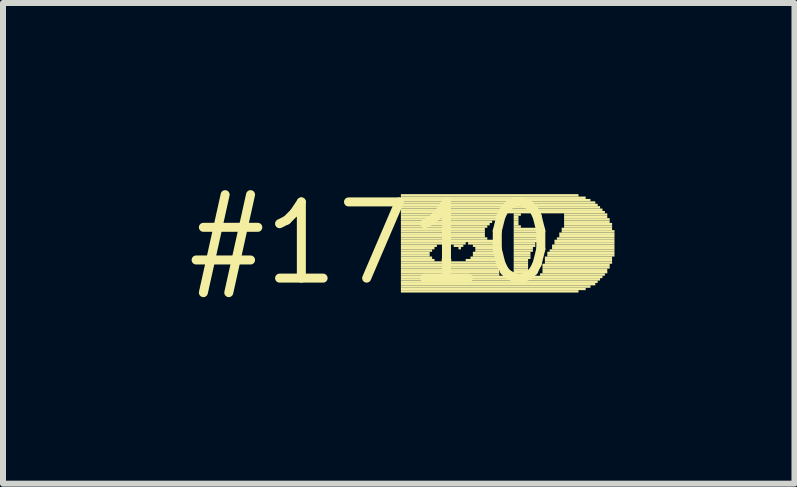
<source format=kicad_pcb>
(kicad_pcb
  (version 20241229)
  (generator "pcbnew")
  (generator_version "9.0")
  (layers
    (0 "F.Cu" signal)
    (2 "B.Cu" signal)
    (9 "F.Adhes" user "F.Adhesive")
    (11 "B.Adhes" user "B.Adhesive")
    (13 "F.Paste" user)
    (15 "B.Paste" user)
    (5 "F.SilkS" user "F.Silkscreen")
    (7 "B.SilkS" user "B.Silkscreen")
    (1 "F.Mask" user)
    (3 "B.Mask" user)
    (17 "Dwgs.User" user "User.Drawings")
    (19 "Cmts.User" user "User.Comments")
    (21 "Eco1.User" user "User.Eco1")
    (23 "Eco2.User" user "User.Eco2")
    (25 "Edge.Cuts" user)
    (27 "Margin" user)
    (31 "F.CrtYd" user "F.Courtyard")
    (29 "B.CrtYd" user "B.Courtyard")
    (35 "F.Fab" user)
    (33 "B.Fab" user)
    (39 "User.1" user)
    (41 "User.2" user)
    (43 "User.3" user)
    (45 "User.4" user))
  (footprint "#1710"
    (layer "F.Cu")
    (at 3.152 1.006)
    (property "Reference" "#1710" (at 0 0 0) (layer "F.SilkS") (effects (font (size 1.27 1.27) (thickness 0.15))))
    (attr through_hole)
    (fp_poly (pts (xy 0.48 -0.78) (xy 3.44 -0.78) (xy 3.44 -0.82) (xy 0.48 -0.82)) (stroke (width 0) (type solid)) (fill yes) (layer "F.SilkS"))
    (fp_poly (pts (xy 0.48 -0.74) (xy 3.56 -0.74) (xy 3.56 -0.78) (xy 0.48 -0.78)) (stroke (width 0) (type solid)) (fill yes) (layer "F.SilkS"))
    (fp_poly (pts (xy 0.48 -0.7) (xy 3.64 -0.7) (xy 3.64 -0.74) (xy 0.48 -0.74)) (stroke (width 0) (type solid)) (fill yes) (layer "F.SilkS"))
    (fp_poly (pts (xy 0.48 -0.66) (xy 3.72 -0.66) (xy 3.72 -0.7) (xy 0.48 -0.7)) (stroke (width 0) (type solid)) (fill yes) (layer "F.SilkS"))
    (fp_poly (pts (xy 0.48 -0.62) (xy 3.76 -0.62) (xy 3.76 -0.66) (xy 0.48 -0.66)) (stroke (width 0) (type solid)) (fill yes) (layer "F.SilkS"))
    (fp_poly (pts (xy 0.48 -0.58) (xy 3.8 -0.58) (xy 3.8 -0.62) (xy 0.48 -0.62)) (stroke (width 0) (type solid)) (fill yes) (layer "F.SilkS"))
    (fp_poly (pts (xy 0.48 -0.54) (xy 3.84 -0.54) (xy 3.84 -0.58) (xy 0.48 -0.58)) (stroke (width 0) (type solid)) (fill yes) (layer "F.SilkS"))
    (fp_poly (pts (xy 0.48 -0.5) (xy 3.88 -0.5) (xy 3.88 -0.54) (xy 0.48 -0.54)) (stroke (width 0) (type solid)) (fill yes) (layer "F.SilkS"))
    (fp_poly (pts (xy 0.48 -0.46) (xy 2.16 -0.46) (xy 2.16 -0.5) (xy 0.48 -0.5)) (stroke (width 0) (type solid)) (fill yes) (layer "F.SilkS"))
    (fp_poly (pts (xy 0.48 -0.42) (xy 2.12 -0.42) (xy 2.12 -0.46) (xy 0.48 -0.46)) (stroke (width 0) (type solid)) (fill yes) (layer "F.SilkS"))
    (fp_poly (pts (xy 0.48 -0.38) (xy 2.08 -0.38) (xy 2.08 -0.42) (xy 0.48 -0.42)) (stroke (width 0) (type solid)) (fill yes) (layer "F.SilkS"))
    (fp_poly (pts (xy 0.48 -0.34) (xy 2 -0.34) (xy 2 -0.38) (xy 0.48 -0.38)) (stroke (width 0) (type solid)) (fill yes) (layer "F.SilkS"))
    (fp_poly (pts (xy 0.48 -0.3) (xy 1.96 -0.3) (xy 1.96 -0.34) (xy 0.48 -0.34)) (stroke (width 0) (type solid)) (fill yes) (layer "F.SilkS"))
    (fp_poly (pts (xy 0.48 -0.26) (xy 1.92 -0.26) (xy 1.92 -0.3) (xy 0.48 -0.3)) (stroke (width 0) (type solid)) (fill yes) (layer "F.SilkS"))
    (fp_poly (pts (xy 0.48 -0.22) (xy 1.88 -0.22) (xy 1.88 -0.26) (xy 0.48 -0.26)) (stroke (width 0) (type solid)) (fill yes) (layer "F.SilkS"))
    (fp_poly (pts (xy 0.48 -0.18) (xy 1.88 -0.18) (xy 1.88 -0.22) (xy 0.48 -0.22)) (stroke (width 0) (type solid)) (fill yes) (layer "F.SilkS"))
    (fp_poly (pts (xy 0.48 -0.14) (xy 1.88 -0.14) (xy 1.88 -0.18) (xy 0.48 -0.18)) (stroke (width 0) (type solid)) (fill yes) (layer "F.SilkS"))
    (fp_poly (pts (xy 0.48 -0.1) (xy 1.88 -0.1) (xy 1.88 -0.14) (xy 0.48 -0.14)) (stroke (width 0) (type solid)) (fill yes) (layer "F.SilkS"))
    (fp_poly (pts (xy 0.48 -0.06) (xy 1.92 -0.06) (xy 1.92 -0.1) (xy 0.48 -0.1)) (stroke (width 0) (type solid)) (fill yes) (layer "F.SilkS"))
    (fp_poly (pts (xy 0.48 -0.02) (xy 2.12 -0.02) (xy 2.12 -0.06) (xy 0.48 -0.06)) (stroke (width 0) (type solid)) (fill yes) (layer "F.SilkS"))
    (fp_poly (pts (xy 0.48 0.02) (xy 1.2 0.02) (xy 1.2 -0.02) (xy 0.48 -0.02)) (stroke (width 0) (type solid)) (fill yes) (layer "F.SilkS"))
    (fp_poly (pts (xy 0.48 0.06) (xy 1.08 0.06) (xy 1.08 0.02) (xy 0.48 0.02)) (stroke (width 0) (type solid)) (fill yes) (layer "F.SilkS"))
    (fp_poly (pts (xy 0.48 0.1) (xy 1.04 0.1) (xy 1.04 0.06) (xy 0.48 0.06)) (stroke (width 0) (type solid)) (fill yes) (layer "F.SilkS"))
    (fp_poly (pts (xy 0.48 0.14) (xy 1 0.14) (xy 1 0.1) (xy 0.48 0.1)) (stroke (width 0) (type solid)) (fill yes) (layer "F.SilkS"))
    (fp_poly (pts (xy 0.48 0.18) (xy 0.96 0.18) (xy 0.96 0.14) (xy 0.48 0.14)) (stroke (width 0) (type solid)) (fill yes) (layer "F.SilkS"))
    (fp_poly (pts (xy 0.48 0.22) (xy 0.96 0.22) (xy 0.96 0.18) (xy 0.48 0.18)) (stroke (width 0) (type solid)) (fill yes) (layer "F.SilkS"))
    (fp_poly (pts (xy 0.48 0.26) (xy 1 0.26) (xy 1 0.22) (xy 0.48 0.22)) (stroke (width 0) (type solid)) (fill yes) (layer "F.SilkS"))
    (fp_poly (pts (xy 0.48 0.3) (xy 1.04 0.3) (xy 1.04 0.26) (xy 0.48 0.26)) (stroke (width 0) (type solid)) (fill yes) (layer "F.SilkS"))
    (fp_poly (pts (xy 0.48 0.34) (xy 2.12 0.34) (xy 2.12 0.3) (xy 0.48 0.3)) (stroke (width 0) (type solid)) (fill yes) (layer "F.SilkS"))
    (fp_poly (pts (xy 0.48 0.38) (xy 2.12 0.38) (xy 2.12 0.34) (xy 0.48 0.34)) (stroke (width 0) (type solid)) (fill yes) (layer "F.SilkS"))
    (fp_poly (pts (xy 0.48 0.42) (xy 2.12 0.42) (xy 2.12 0.38) (xy 0.48 0.38)) (stroke (width 0) (type solid)) (fill yes) (layer "F.SilkS"))
    (fp_poly (pts (xy 0.48 0.46) (xy 2.12 0.46) (xy 2.12 0.42) (xy 0.48 0.42)) (stroke (width 0) (type solid)) (fill yes) (layer "F.SilkS"))
    (fp_poly (pts (xy 0.48 0.5) (xy 2.12 0.5) (xy 2.12 0.46) (xy 0.48 0.46)) (stroke (width 0) (type solid)) (fill yes) (layer "F.SilkS"))
    (fp_poly (pts (xy 0.48 0.54) (xy 2.12 0.54) (xy 2.12 0.5) (xy 0.48 0.5)) (stroke (width 0) (type solid)) (fill yes) (layer "F.SilkS"))
    (fp_poly (pts (xy 0.48 0.58) (xy 3.84 0.58) (xy 3.84 0.54) (xy 0.48 0.54)) (stroke (width 0) (type solid)) (fill yes) (layer "F.SilkS"))
    (fp_poly (pts (xy 0.48 0.62) (xy 3.8 0.62) (xy 3.8 0.58) (xy 0.48 0.58)) (stroke (width 0) (type solid)) (fill yes) (layer "F.SilkS"))
    (fp_poly (pts (xy 0.48 0.66) (xy 3.76 0.66) (xy 3.76 0.62) (xy 0.48 0.62)) (stroke (width 0) (type solid)) (fill yes) (layer "F.SilkS"))
    (fp_poly (pts (xy 0.48 0.7) (xy 3.72 0.7) (xy 3.72 0.66) (xy 0.48 0.66)) (stroke (width 0) (type solid)) (fill yes) (layer "F.SilkS"))
    (fp_poly (pts (xy 0.48 0.74) (xy 3.64 0.74) (xy 3.64 0.7) (xy 0.48 0.7)) (stroke (width 0) (type solid)) (fill yes) (layer "F.SilkS"))
    (fp_poly (pts (xy 0.48 0.78) (xy 3.56 0.78) (xy 3.56 0.74) (xy 0.48 0.74)) (stroke (width 0) (type solid)) (fill yes) (layer "F.SilkS"))
    (fp_poly (pts (xy 0.48 0.82) (xy 3.44 0.82) (xy 3.44 0.78) (xy 0.48 0.78)) (stroke (width 0) (type solid)) (fill yes) (layer "F.SilkS"))
    (fp_poly (pts (xy 1.16 0.3) (xy 1.32 0.3) (xy 1.32 0.26) (xy 1.16 0.26)) (stroke (width 0) (type solid)) (fill yes) (layer "F.SilkS"))
    (fp_poly (pts (xy 1.2 0.26) (xy 1.28 0.26) (xy 1.28 0.22) (xy 1.2 0.22)) (stroke (width 0) (type solid)) (fill yes) (layer "F.SilkS"))
    (fp_poly (pts (xy 1.28 0.02) (xy 1.56 0.02) (xy 1.56 -0.02) (xy 1.28 -0.02)) (stroke (width 0) (type solid)) (fill yes) (layer "F.SilkS"))
    (fp_poly (pts (xy 1.36 0.06) (xy 1.52 0.06) (xy 1.52 0.02) (xy 1.36 0.02)) (stroke (width 0) (type solid)) (fill yes) (layer "F.SilkS"))
    (fp_poly (pts (xy 1.44 0.1) (xy 1.48 0.1) (xy 1.48 0.06) (xy 1.44 0.06)) (stroke (width 0) (type solid)) (fill yes) (layer "F.SilkS"))
    (fp_poly (pts (xy 1.56 0.3) (xy 2.12 0.3) (xy 2.12 0.26) (xy 1.56 0.26)) (stroke (width 0) (type solid)) (fill yes) (layer "F.SilkS"))
    (fp_poly (pts (xy 1.6 0.02) (xy 2.12 0.02) (xy 2.12 -0.02) (xy 1.6 -0.02)) (stroke (width 0) (type solid)) (fill yes) (layer "F.SilkS"))
    (fp_poly (pts (xy 1.64 0.26) (xy 2.12 0.26) (xy 2.12 0.22) (xy 1.64 0.22)) (stroke (width 0) (type solid)) (fill yes) (layer "F.SilkS"))
    (fp_poly (pts (xy 1.68 0.06) (xy 2.12 0.06) (xy 2.12 0.02) (xy 1.68 0.02)) (stroke (width 0) (type solid)) (fill yes) (layer "F.SilkS"))
    (fp_poly (pts (xy 1.68 0.18) (xy 2.12 0.18) (xy 2.12 0.14) (xy 1.68 0.14)) (stroke (width 0) (type solid)) (fill yes) (layer "F.SilkS"))
    (fp_poly (pts (xy 1.68 0.22) (xy 2.12 0.22) (xy 2.12 0.18) (xy 1.68 0.18)) (stroke (width 0) (type solid)) (fill yes) (layer "F.SilkS"))
    (fp_poly (pts (xy 1.72 0.1) (xy 2.12 0.1) (xy 2.12 0.06) (xy 1.72 0.06)) (stroke (width 0) (type solid)) (fill yes) (layer "F.SilkS"))
    (fp_poly (pts (xy 1.72 0.14) (xy 2.12 0.14) (xy 2.12 0.1) (xy 1.72 0.1)) (stroke (width 0) (type solid)) (fill yes) (layer "F.SilkS"))
    (fp_poly (pts (xy 2.08 -0.06) (xy 2.12 -0.06) (xy 2.12 -0.1) (xy 2.08 -0.1)) (stroke (width 0) (type solid)) (fill yes) (layer "F.SilkS"))
    (fp_poly (pts (xy 2.32 0.54) (xy 2.64 0.54) (xy 2.64 0.5) (xy 2.32 0.5)) (stroke (width 0) (type solid)) (fill yes) (layer "F.SilkS"))
    (fp_poly (pts (xy 2.36 -0.46) (xy 2.48 -0.46) (xy 2.48 -0.5) (xy 2.36 -0.5)) (stroke (width 0) (type solid)) (fill yes) (layer "F.SilkS"))
    (fp_poly (pts (xy 2.36 -0.42) (xy 2.44 -0.42) (xy 2.44 -0.46) (xy 2.36 -0.46)) (stroke (width 0) (type solid)) (fill yes) (layer "F.SilkS"))
    (fp_poly (pts (xy 2.36 -0.38) (xy 2.44 -0.38) (xy 2.44 -0.42) (xy 2.36 -0.42)) (stroke (width 0) (type solid)) (fill yes) (layer "F.SilkS"))
    (fp_poly (pts (xy 2.36 -0.34) (xy 2.44 -0.34) (xy 2.44 -0.38) (xy 2.36 -0.38)) (stroke (width 0) (type solid)) (fill yes) (layer "F.SilkS"))
    (fp_poly (pts (xy 2.36 -0.3) (xy 2.44 -0.3) (xy 2.44 -0.34) (xy 2.36 -0.34)) (stroke (width 0) (type solid)) (fill yes) (layer "F.SilkS"))
    (fp_poly (pts (xy 2.36 -0.26) (xy 2.48 -0.26) (xy 2.48 -0.3) (xy 2.36 -0.3)) (stroke (width 0) (type solid)) (fill yes) (layer "F.SilkS"))
    (fp_poly (pts (xy 2.36 -0.22) (xy 2.88 -0.22) (xy 2.88 -0.26) (xy 2.36 -0.26)) (stroke (width 0) (type solid)) (fill yes) (layer "F.SilkS"))
    (fp_poly (pts (xy 2.36 -0.18) (xy 2.88 -0.18) (xy 2.88 -0.22) (xy 2.36 -0.22)) (stroke (width 0) (type solid)) (fill yes) (layer "F.SilkS"))
    (fp_poly (pts (xy 2.36 -0.14) (xy 2.84 -0.14) (xy 2.84 -0.18) (xy 2.36 -0.18)) (stroke (width 0) (type solid)) (fill yes) (layer "F.SilkS"))
    (fp_poly (pts (xy 2.36 -0.1) (xy 2.8 -0.1) (xy 2.8 -0.14) (xy 2.36 -0.14)) (stroke (width 0) (type solid)) (fill yes) (layer "F.SilkS"))
    (fp_poly (pts (xy 2.36 -0.06) (xy 2.8 -0.06) (xy 2.8 -0.1) (xy 2.36 -0.1)) (stroke (width 0) (type solid)) (fill yes) (layer "F.SilkS"))
    (fp_poly (pts (xy 2.36 -0.02) (xy 2.76 -0.02) (xy 2.76 -0.06) (xy 2.36 -0.06)) (stroke (width 0) (type solid)) (fill yes) (layer "F.SilkS"))
    (fp_poly (pts (xy 2.36 0.02) (xy 2.72 0.02) (xy 2.72 -0.02) (xy 2.36 -0.02)) (stroke (width 0) (type solid)) (fill yes) (layer "F.SilkS"))
    (fp_poly (pts (xy 2.36 0.06) (xy 2.72 0.06) (xy 2.72 0.02) (xy 2.36 0.02)) (stroke (width 0) (type solid)) (fill yes) (layer "F.SilkS"))
    (fp_poly (pts (xy 2.36 0.1) (xy 2.68 0.1) (xy 2.68 0.06) (xy 2.36 0.06)) (stroke (width 0) (type solid)) (fill yes) (layer "F.SilkS"))
    (fp_poly (pts (xy 2.36 0.14) (xy 2.68 0.14) (xy 2.68 0.1) (xy 2.36 0.1)) (stroke (width 0) (type solid)) (fill yes) (layer "F.SilkS"))
    (fp_poly (pts (xy 2.36 0.18) (xy 2.64 0.18) (xy 2.64 0.14) (xy 2.36 0.14)) (stroke (width 0) (type solid)) (fill yes) (layer "F.SilkS"))
    (fp_poly (pts (xy 2.36 0.22) (xy 2.64 0.22) (xy 2.64 0.18) (xy 2.36 0.18)) (stroke (width 0) (type solid)) (fill yes) (layer "F.SilkS"))
    (fp_poly (pts (xy 2.36 0.26) (xy 2.64 0.26) (xy 2.64 0.22) (xy 2.36 0.22)) (stroke (width 0) (type solid)) (fill yes) (layer "F.SilkS"))
    (fp_poly (pts (xy 2.36 0.3) (xy 2.6 0.3) (xy 2.6 0.26) (xy 2.36 0.26)) (stroke (width 0) (type solid)) (fill yes) (layer "F.SilkS"))
    (fp_poly (pts (xy 2.36 0.34) (xy 2.6 0.34) (xy 2.6 0.3) (xy 2.36 0.3)) (stroke (width 0) (type solid)) (fill yes) (layer "F.SilkS"))
    (fp_poly (pts (xy 2.36 0.38) (xy 2.6 0.38) (xy 2.6 0.34) (xy 2.36 0.34)) (stroke (width 0) (type solid)) (fill yes) (layer "F.SilkS"))
    (fp_poly (pts (xy 2.36 0.42) (xy 2.6 0.42) (xy 2.6 0.38) (xy 2.36 0.38)) (stroke (width 0) (type solid)) (fill yes) (layer "F.SilkS"))
    (fp_poly (pts (xy 2.36 0.46) (xy 2.6 0.46) (xy 2.6 0.42) (xy 2.36 0.42)) (stroke (width 0) (type solid)) (fill yes) (layer "F.SilkS"))
    (fp_poly (pts (xy 2.36 0.5) (xy 2.6 0.5) (xy 2.6 0.46) (xy 2.36 0.46)) (stroke (width 0) (type solid)) (fill yes) (layer "F.SilkS"))
    (fp_poly (pts (xy 2.8 0.54) (xy 3.88 0.54) (xy 3.88 0.5) (xy 2.8 0.5)) (stroke (width 0) (type solid)) (fill yes) (layer "F.SilkS"))
    (fp_poly (pts (xy 2.84 0.38) (xy 3.96 0.38) (xy 3.96 0.34) (xy 2.84 0.34)) (stroke (width 0) (type solid)) (fill yes) (layer "F.SilkS"))
    (fp_poly (pts (xy 2.84 0.42) (xy 3.96 0.42) (xy 3.96 0.38) (xy 2.84 0.38)) (stroke (width 0) (type solid)) (fill yes) (layer "F.SilkS"))
    (fp_poly (pts (xy 2.84 0.46) (xy 3.92 0.46) (xy 3.92 0.42) (xy 2.84 0.42)) (stroke (width 0) (type solid)) (fill yes) (layer "F.SilkS"))
    (fp_poly (pts (xy 2.84 0.5) (xy 3.92 0.5) (xy 3.92 0.46) (xy 2.84 0.46)) (stroke (width 0) (type solid)) (fill yes) (layer "F.SilkS"))
    (fp_poly (pts (xy 2.88 0.26) (xy 4 0.26) (xy 4 0.22) (xy 2.88 0.22)) (stroke (width 0) (type solid)) (fill yes) (layer "F.SilkS"))
    (fp_poly (pts (xy 2.88 0.3) (xy 4 0.3) (xy 4 0.26) (xy 2.88 0.26)) (stroke (width 0) (type solid)) (fill yes) (layer "F.SilkS"))
    (fp_poly (pts (xy 2.88 0.34) (xy 4 0.34) (xy 4 0.3) (xy 2.88 0.3)) (stroke (width 0) (type solid)) (fill yes) (layer "F.SilkS"))
    (fp_poly (pts (xy 2.92 0.18) (xy 4.04 0.18) (xy 4.04 0.14) (xy 2.92 0.14)) (stroke (width 0) (type solid)) (fill yes) (layer "F.SilkS"))
    (fp_poly (pts (xy 2.92 0.22) (xy 4.04 0.22) (xy 4.04 0.18) (xy 2.92 0.18)) (stroke (width 0) (type solid)) (fill yes) (layer "F.SilkS"))
    (fp_poly (pts (xy 2.96 0.14) (xy 4.04 0.14) (xy 4.04 0.1) (xy 2.96 0.1)) (stroke (width 0) (type solid)) (fill yes) (layer "F.SilkS"))
    (fp_poly (pts (xy 3 0.06) (xy 4.04 0.06) (xy 4.04 0.02) (xy 3 0.02)) (stroke (width 0) (type solid)) (fill yes) (layer "F.SilkS"))
    (fp_poly (pts (xy 3 0.1) (xy 4.04 0.1) (xy 4.04 0.06) (xy 3 0.06)) (stroke (width 0) (type solid)) (fill yes) (layer "F.SilkS"))
    (fp_poly (pts (xy 3.04 -0.02) (xy 4.04 -0.02) (xy 4.04 -0.06) (xy 3.04 -0.06)) (stroke (width 0) (type solid)) (fill yes) (layer "F.SilkS"))
    (fp_poly (pts (xy 3.04 0.02) (xy 4.04 0.02) (xy 4.04 -0.02) (xy 3.04 -0.02)) (stroke (width 0) (type solid)) (fill yes) (layer "F.SilkS"))
    (fp_poly (pts (xy 3.08 -0.06) (xy 4.04 -0.06) (xy 4.04 -0.1) (xy 3.08 -0.1)) (stroke (width 0) (type solid)) (fill yes) (layer "F.SilkS"))
    (fp_poly (pts (xy 3.12 -0.14) (xy 4.04 -0.14) (xy 4.04 -0.18) (xy 3.12 -0.18)) (stroke (width 0) (type solid)) (fill yes) (layer "F.SilkS"))
    (fp_poly (pts (xy 3.12 -0.1) (xy 4.04 -0.1) (xy 4.04 -0.14) (xy 3.12 -0.14)) (stroke (width 0) (type solid)) (fill yes) (layer "F.SilkS"))
    (fp_poly (pts (xy 3.16 -0.22) (xy 4 -0.22) (xy 4 -0.26) (xy 3.16 -0.26)) (stroke (width 0) (type solid)) (fill yes) (layer "F.SilkS"))
    (fp_poly (pts (xy 3.16 -0.18) (xy 4.04 -0.18) (xy 4.04 -0.22) (xy 3.16 -0.22)) (stroke (width 0) (type solid)) (fill yes) (layer "F.SilkS"))
    (fp_poly (pts (xy 3.2 -0.46) (xy 3.92 -0.46) (xy 3.92 -0.5) (xy 3.2 -0.5)) (stroke (width 0) (type solid)) (fill yes) (layer "F.SilkS"))
    (fp_poly (pts (xy 3.2 -0.42) (xy 3.92 -0.42) (xy 3.92 -0.46) (xy 3.2 -0.46)) (stroke (width 0) (type solid)) (fill yes) (layer "F.SilkS"))
    (fp_poly (pts (xy 3.2 -0.38) (xy 3.96 -0.38) (xy 3.96 -0.42) (xy 3.2 -0.42)) (stroke (width 0) (type solid)) (fill yes) (layer "F.SilkS"))
    (fp_poly (pts (xy 3.2 -0.34) (xy 3.96 -0.34) (xy 3.96 -0.38) (xy 3.2 -0.38)) (stroke (width 0) (type solid)) (fill yes) (layer "F.SilkS"))
    (fp_poly (pts (xy 3.2 -0.3) (xy 4 -0.3) (xy 4 -0.34) (xy 3.2 -0.34)) (stroke (width 0) (type solid)) (fill yes) (layer "F.SilkS"))
    (fp_poly (pts (xy 3.2 -0.26) (xy 4 -0.26) (xy 4 -0.3) (xy 3.2 -0.3)) (stroke (width 0) (type solid)) (fill yes) (layer "F.SilkS")))
  (gr_rect
    (start -3 -3)
    (end 10.192 5.012)
    (stroke (width 0.1) (type default))
    (fill no)
    (layer "Edge.Cuts")))
</source>
